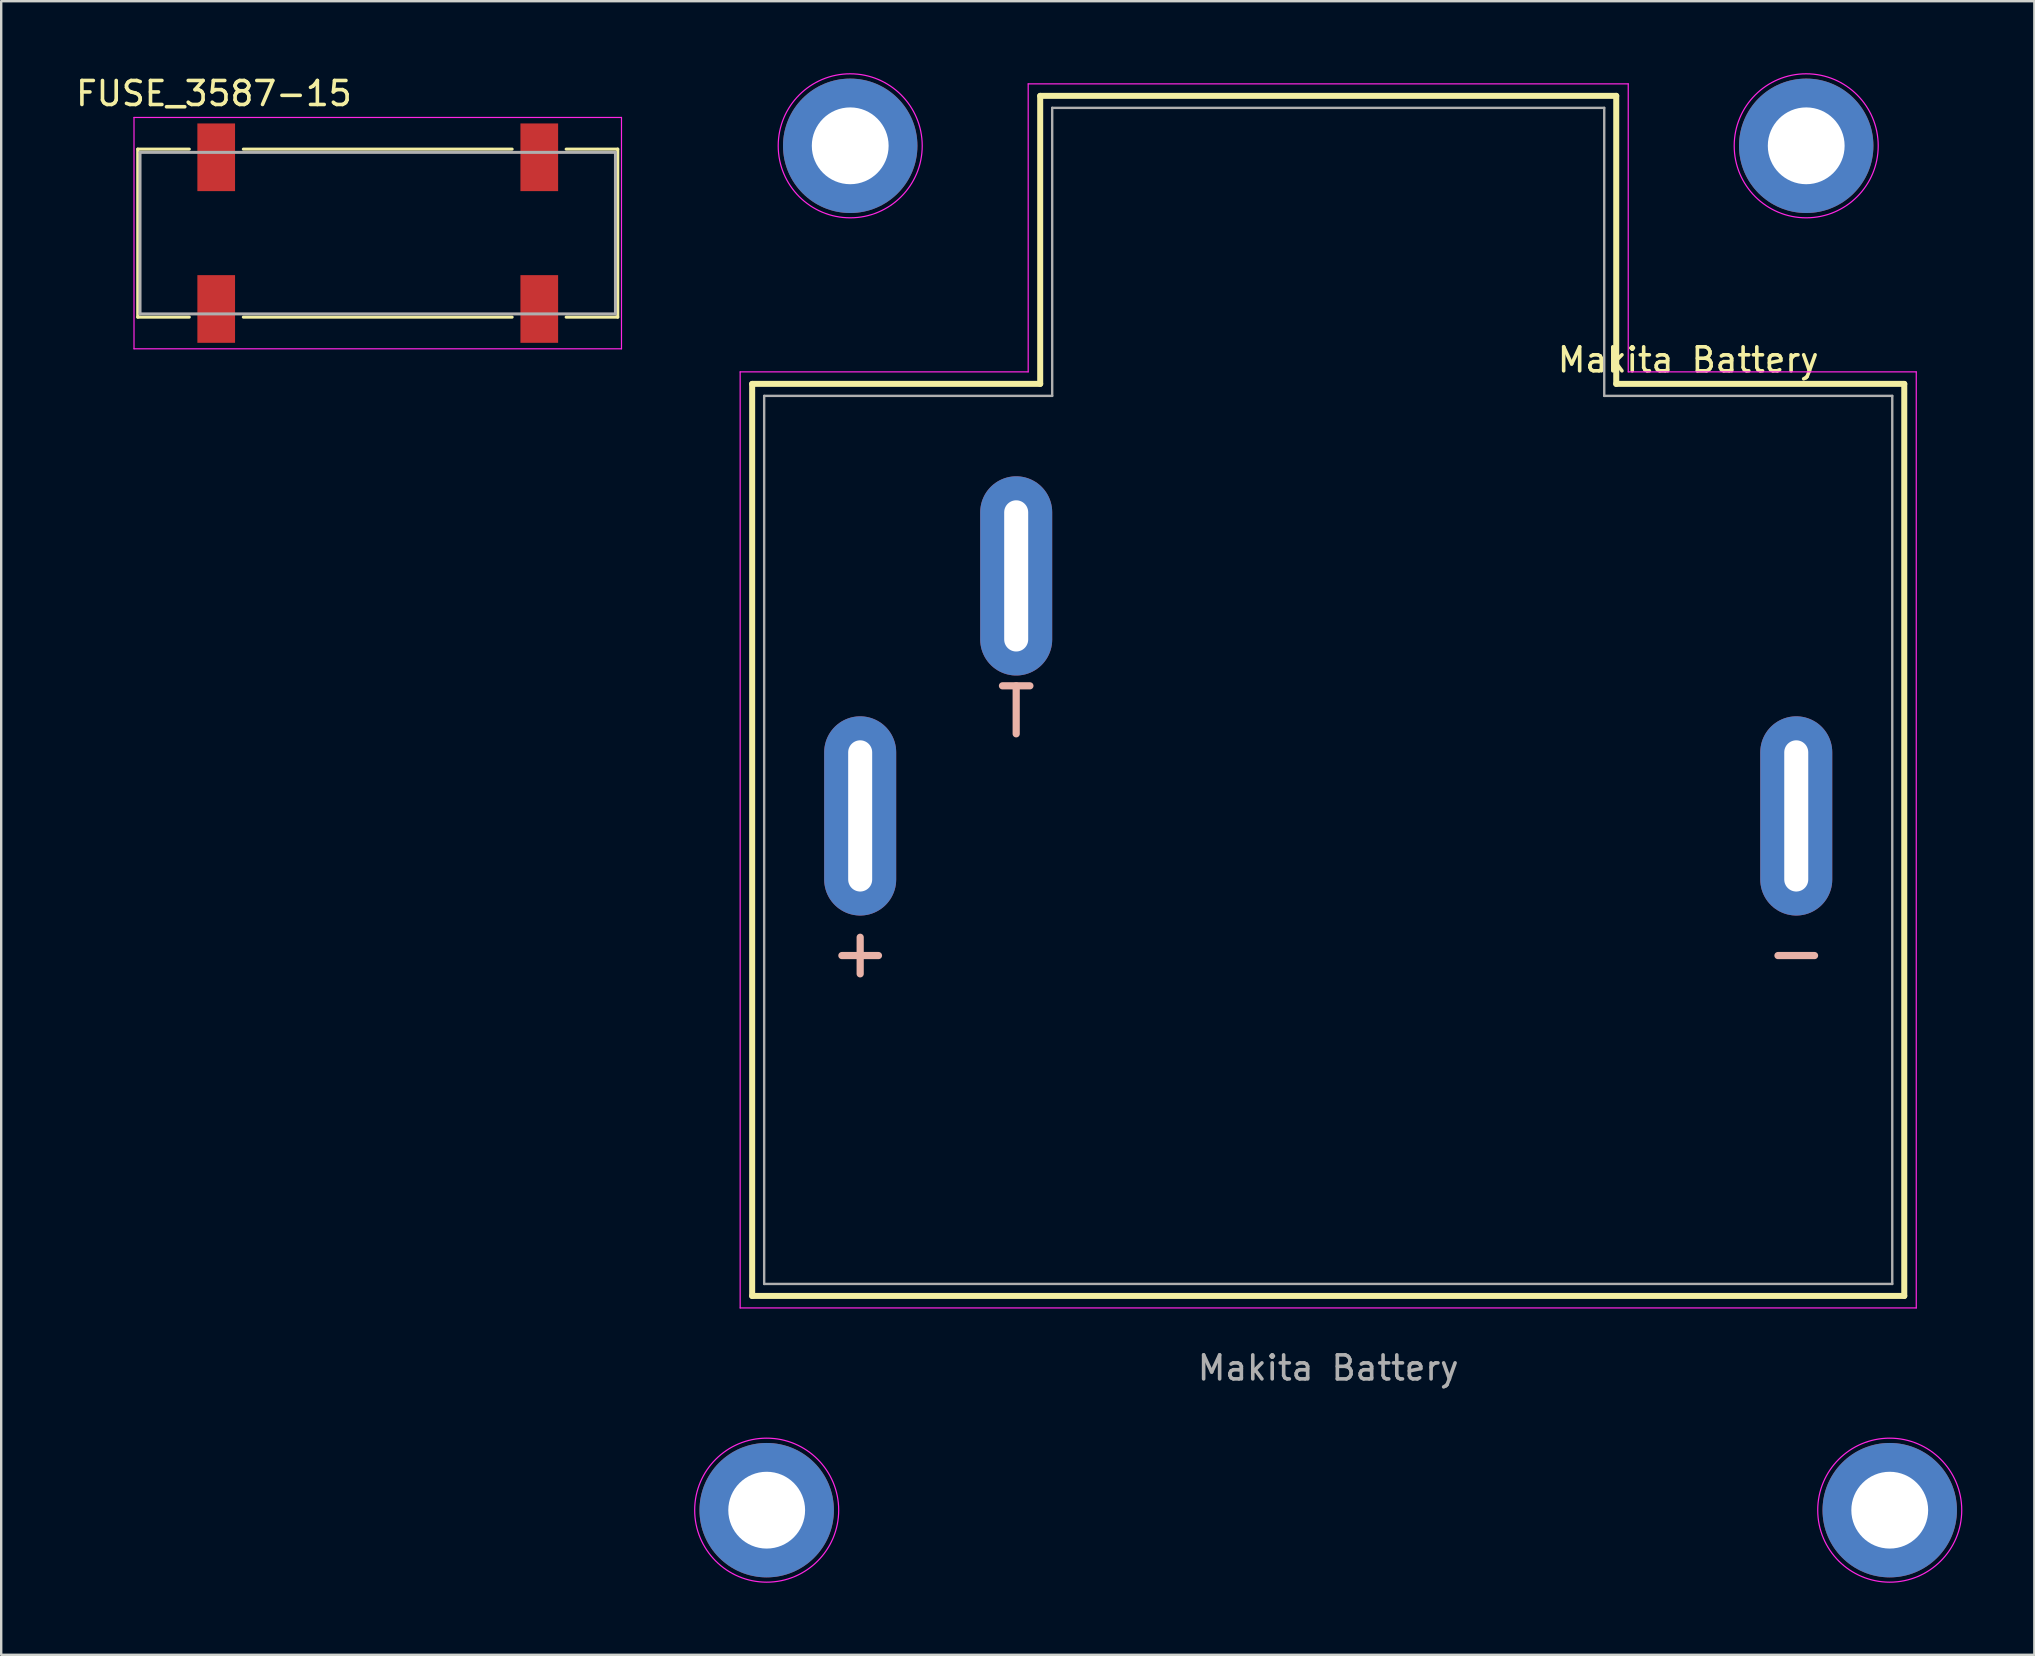
<source format=kicad_pcb>
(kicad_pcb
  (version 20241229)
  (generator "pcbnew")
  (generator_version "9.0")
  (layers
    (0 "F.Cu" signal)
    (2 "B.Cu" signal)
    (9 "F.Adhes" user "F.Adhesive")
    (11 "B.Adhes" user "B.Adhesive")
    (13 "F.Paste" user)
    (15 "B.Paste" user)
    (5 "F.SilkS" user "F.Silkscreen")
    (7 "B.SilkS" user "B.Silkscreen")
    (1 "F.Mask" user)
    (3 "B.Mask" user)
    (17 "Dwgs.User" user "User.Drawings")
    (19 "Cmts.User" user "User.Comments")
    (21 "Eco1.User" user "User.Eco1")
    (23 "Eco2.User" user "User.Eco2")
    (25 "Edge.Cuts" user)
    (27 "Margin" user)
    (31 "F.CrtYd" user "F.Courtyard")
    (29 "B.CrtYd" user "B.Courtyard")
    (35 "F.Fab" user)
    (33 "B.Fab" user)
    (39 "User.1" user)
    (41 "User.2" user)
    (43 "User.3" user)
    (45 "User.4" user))
  (footprint "FUSE_3587-15"
    (layer "F.Cu")
    (at 12.688 6.663)
    (property "Reference" "FUSE_3587-15" (at -6.825 -5.815 0) (layer "F.SilkS") (effects (font (size 1 1) (thickness 0.15))))
    (attr smd)
    (fp_line (start -10 -3.5) (end -10 3.5) (stroke (width 0.127) (type solid)) (layer "F.SilkS"))
    (fp_line (start -7.85 -3.5) (end -10 -3.5) (stroke (width 0.127) (type solid)) (layer "F.SilkS"))
    (fp_line (start -7.85 3.5) (end -10 3.5) (stroke (width 0.127) (type solid)) (layer "F.SilkS"))
    (fp_line (start -5.6 -3.5) (end 5.6 -3.5) (stroke (width 0.127) (type solid)) (layer "F.SilkS"))
    (fp_line (start 5.6 3.5) (end -5.6 3.5) (stroke (width 0.127) (type solid)) (layer "F.SilkS"))
    (fp_line (start 7.85 -3.5) (end 10 -3.5) (stroke (width 0.127) (type solid)) (layer "F.SilkS"))
    (fp_line (start 7.85 3.5) (end 10 3.5) (stroke (width 0.127) (type solid)) (layer "F.SilkS"))
    (fp_line (start 10 -3.5) (end 10 3.5) (stroke (width 0.127) (type solid)) (layer "F.SilkS"))
    (fp_line (start -10.155 -4.82) (end 10.155 -4.82) (stroke (width 0.05) (type solid)) (layer "F.CrtYd"))
    (fp_line (start -10.155 4.82) (end -10.155 -4.82) (stroke (width 0.05) (type solid)) (layer "F.CrtYd"))
    (fp_line (start 10.155 -4.82) (end 10.155 4.82) (stroke (width 0.05) (type solid)) (layer "F.CrtYd"))
    (fp_line (start 10.155 4.82) (end -10.155 4.82) (stroke (width 0.05) (type solid)) (layer "F.CrtYd"))
    (fp_line (start -9.905 -3.365) (end 9.905 -3.365) (stroke (width 0.127) (type solid)) (layer "F.Fab"))
    (fp_line (start -9.905 3.365) (end -9.905 -3.365) (stroke (width 0.127) (type solid)) (layer "F.Fab"))
    (fp_line (start 9.905 -3.365) (end 9.905 3.365) (stroke (width 0.127) (type solid)) (layer "F.Fab"))
    (fp_line (start 9.905 3.365) (end -9.905 3.365) (stroke (width 0.127) (type solid)) (layer "F.Fab"))
    (pad "1" smd rect (at -6.73 -3.16) (size 1.57 2.82) (layers "F.Cu" "F.Mask" "F.Paste"))
    (pad "1" smd rect (at -6.73 3.16) (size 1.57 2.82) (layers "F.Cu" "F.Mask" "F.Paste"))
    (pad "2" smd rect (at 6.73 -3.16) (size 1.57 2.82) (layers "F.Cu" "F.Mask" "F.Paste"))
    (pad "2" smd rect (at 6.73 3.16) (size 1.57 2.82) (layers "F.Cu" "F.Mask" "F.Paste")))
  (footprint "Makita Battery"
    (layer "F.Cu")
    (at 52.288 30.944)
    (property "Reference" "Makita Battery" (at 15 -19 0) (unlocked yes) (layer "F.SilkS") (effects (font (size 1 1) (thickness 0.15))))
    (attr through_hole)
    (fp_line (start -24 20) (end -24 -18) (stroke (width 0.25) (type default)) (layer "F.SilkS"))
    (fp_line (start -12 -30) (end -12 -18) (stroke (width 0.25) (type default)) (layer "F.SilkS"))
    (fp_line (start -12 -18) (end -24 -18) (stroke (width 0.25) (type default)) (layer "F.SilkS"))
    (fp_line (start 12 -30) (end -12 -30) (stroke (width 0.25) (type default)) (layer "F.SilkS"))
    (fp_line (start 12 -18) (end 12 -30) (stroke (width 0.25) (type default)) (layer "F.SilkS"))
    (fp_line (start 24 -18) (end 12 -18) (stroke (width 0.25) (type default)) (layer "F.SilkS"))
    (fp_line (start 24 20) (end -24 20) (stroke (width 0.25) (type default)) (layer "F.SilkS"))
    (fp_line (start 24 20) (end 24 -18) (stroke (width 0.25) (type default)) (layer "F.SilkS"))
    (fp_line (start -24.5 -18.5) (end -24.5 20.5) (stroke (width 0.05) (type default)) (layer "F.CrtYd"))
    (fp_line (start -24.5 20.5) (end 24.5 20.5) (stroke (width 0.05) (type default)) (layer "F.CrtYd"))
    (fp_line (start -12.5 -30.5) (end -12.5 -18.5) (stroke (width 0.05) (type default)) (layer "F.CrtYd"))
    (fp_line (start -12.5 -18.5) (end -24.5 -18.5) (stroke (width 0.05) (type default)) (layer "F.CrtYd"))
    (fp_line (start 12.5 -30.5) (end -12.5 -30.5) (stroke (width 0.05) (type default)) (layer "F.CrtYd"))
    (fp_line (start 12.5 -18.5) (end 12.5 -30.5) (stroke (width 0.05) (type default)) (layer "F.CrtYd"))
    (fp_line (start 24.5 -18.5) (end 12.5 -18.5) (stroke (width 0.05) (type default)) (layer "F.CrtYd"))
    (fp_line (start 24.5 20.5) (end 24.5 -18.5) (stroke (width 0.05) (type default)) (layer "F.CrtYd"))
    (fp_circle (center -23.395 28.925) (end -20.395 28.925) (stroke (width 0.05) (type default)) (fill no) (layer "F.CrtYd"))
    (fp_circle (center -19.915 -27.919) (end -16.915 -27.919) (stroke (width 0.05) (type default)) (fill no) (layer "F.CrtYd"))
    (fp_circle (center 19.915 -27.919) (end 22.915 -27.919) (stroke (width 0.05) (type default)) (fill no) (layer "F.CrtYd"))
    (fp_circle (center 23.395 28.925) (end 26.395 28.925) (stroke (width 0.05) (type default)) (fill no) (layer "F.CrtYd"))
    (fp_line (start -23.5 -17.5) (end -23.5 19.5) (stroke (width 0.1) (type default)) (layer "F.Fab"))
    (fp_line (start -23.5 19.5) (end 23.5 19.5) (stroke (width 0.1) (type default)) (layer "F.Fab"))
    (fp_line (start -11.5 -29.5) (end -11.5 -17.5) (stroke (width 0.1) (type default)) (layer "F.Fab"))
    (fp_line (start -11.5 -17.5) (end -23.5 -17.5) (stroke (width 0.1) (type default)) (layer "F.Fab"))
    (fp_line (start 11.5 -29.5) (end -11.5 -29.5) (stroke (width 0.1) (type default)) (layer "F.Fab"))
    (fp_line (start 11.5 -17.5) (end 11.5 -29.5) (stroke (width 0.1) (type default)) (layer "F.Fab"))
    (fp_line (start 23.5 -17.5) (end 11.5 -17.5) (stroke (width 0.1) (type default)) (layer "F.Fab"))
    (fp_line (start 23.5 19.5) (end 23.5 -17.5) (stroke (width 0.1) (type default)) (layer "F.Fab"))
    (fp_text user "T" (at -13 -5.5 0) (unlocked yes) (layer "B.SilkS") (effects (font (size 2 2) (thickness 0.3)) (justify top mirror)))
    (fp_text user "+" (at -19.5 4.5 0) (unlocked yes) (layer "B.SilkS") (effects (font (size 2 2) (thickness 0.3)) (justify top mirror)))
    (fp_text user "-" (at 19.5 4.5 0) (unlocked yes) (layer "B.SilkS") (effects (font (size 2 2) (thickness 0.3)) (justify top mirror)))
    (fp_text user "${REFERENCE}" (at 0 23 0) (unlocked yes) (layer "F.Fab") (effects (font (size 1 1) (thickness 0.15))))
    (pad "+" thru_hole oval (at -19.5 0) (size 3 8.3) (drill oval 1 6.3) (layers "*.Cu" "*.Mask"))
    (pad "-" thru_hole oval (at 19.5 0) (size 3 8.3) (drill oval 1 6.3) (layers "*.Cu" "*.Mask"))
    (pad "M" thru_hole circle (at -23.395 28.925) (size 5.6 5.6) (drill 3.2) (layers "*.Cu" "*.Mask"))
    (pad "M" thru_hole circle (at -19.915 -27.919) (size 5.6 5.6) (drill 3.2) (layers "*.Cu" "*.Mask"))
    (pad "M" thru_hole circle (at 19.915 -27.919) (size 5.6 5.6) (drill 3.2) (layers "*.Cu" "*.Mask"))
    (pad "M" thru_hole circle (at 23.395 28.925) (size 5.6 5.6) (drill 3.2) (layers "*.Cu" "*.Mask"))
    (pad "T" thru_hole oval (at -13 -10) (size 3 8.3) (drill oval 1 6.3) (layers "*.Cu" "*.Mask")))
  (gr_rect
    (start -3 -3)
    (end 81.708 65.894)
    (stroke (width 0.1) (type default))
    (fill no)
    (layer "Edge.Cuts")))
</source>
